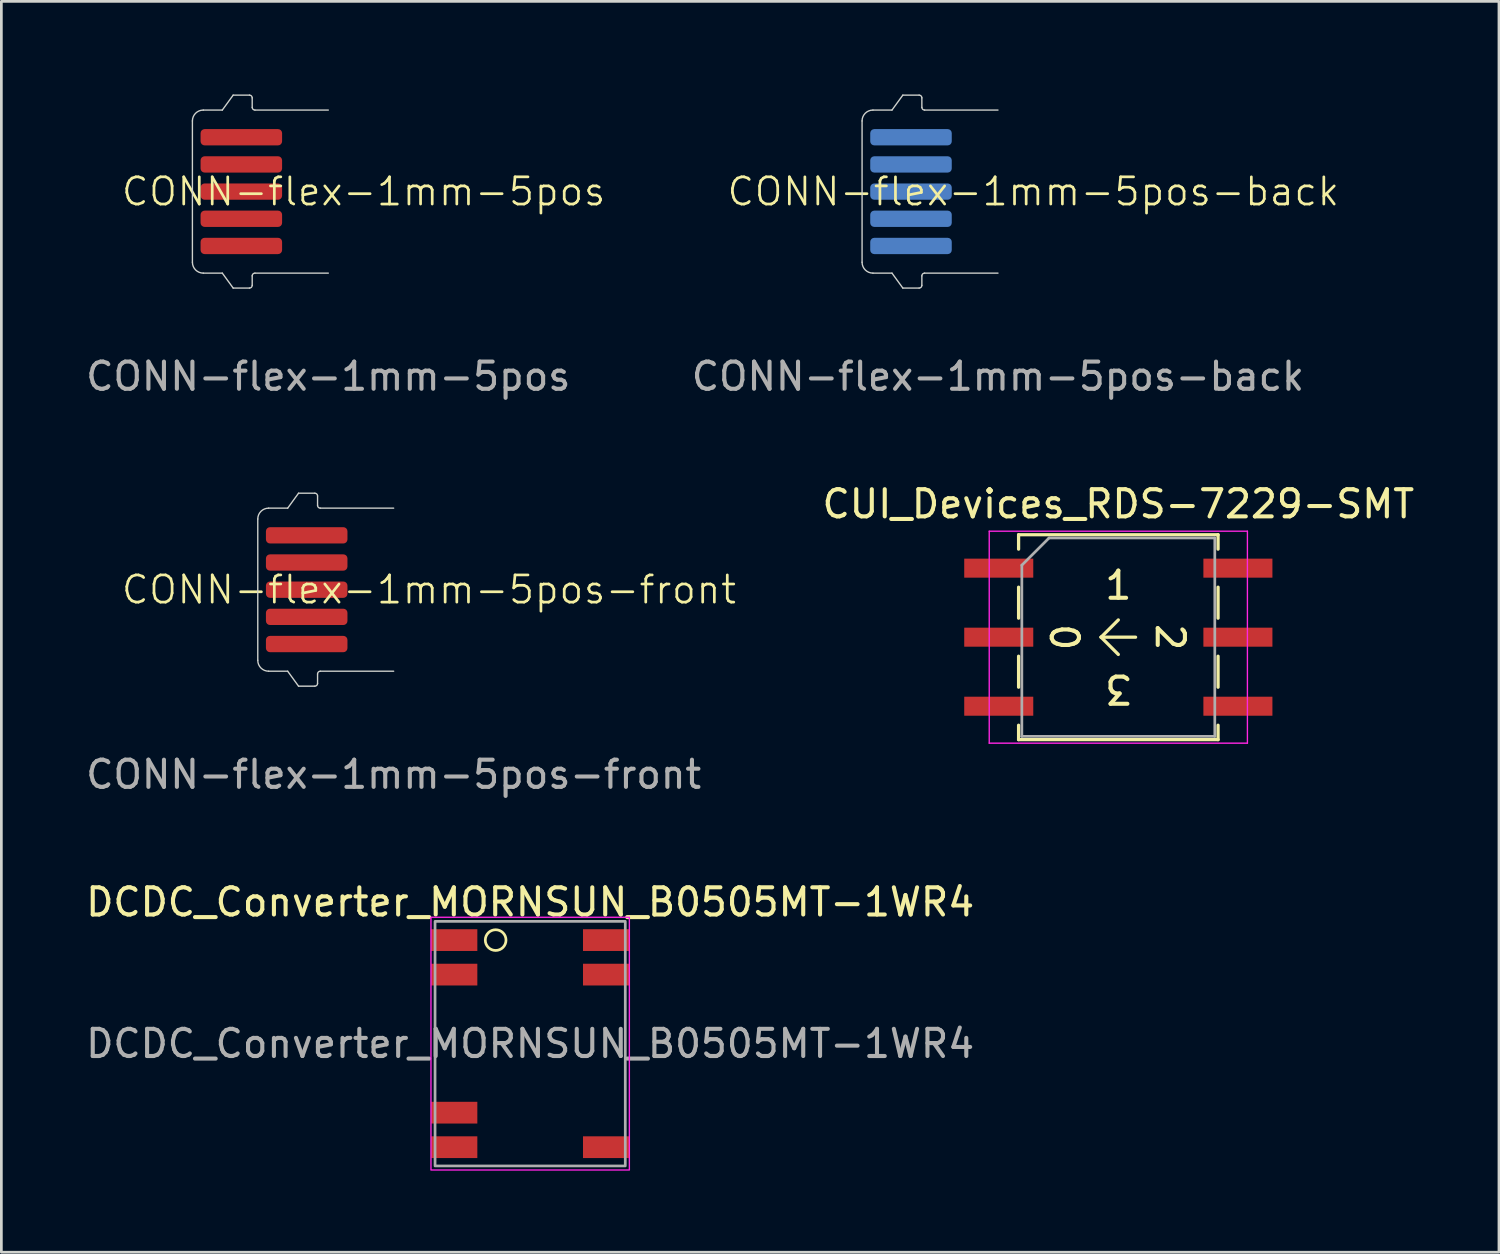
<source format=kicad_pcb>
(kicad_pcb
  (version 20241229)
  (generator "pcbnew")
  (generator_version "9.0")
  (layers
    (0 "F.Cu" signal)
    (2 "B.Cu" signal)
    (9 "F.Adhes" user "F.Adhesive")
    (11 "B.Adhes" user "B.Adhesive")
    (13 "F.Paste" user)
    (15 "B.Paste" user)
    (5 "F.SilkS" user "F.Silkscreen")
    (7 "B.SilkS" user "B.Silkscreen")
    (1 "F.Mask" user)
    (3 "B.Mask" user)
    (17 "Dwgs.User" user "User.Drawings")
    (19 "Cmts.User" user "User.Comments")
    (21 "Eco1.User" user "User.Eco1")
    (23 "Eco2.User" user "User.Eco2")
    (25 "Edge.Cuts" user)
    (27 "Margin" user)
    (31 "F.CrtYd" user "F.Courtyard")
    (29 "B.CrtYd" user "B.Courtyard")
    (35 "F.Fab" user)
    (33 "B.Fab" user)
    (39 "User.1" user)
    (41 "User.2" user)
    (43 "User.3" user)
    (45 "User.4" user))
  (footprint "DCDC_Converter_MORNSUN_B0505MT-1WR4"
    (layer "F.Cu")
    (at 16.458 35.352)
    (property "Reference" "DCDC_Converter_MORNSUN_B0505MT-1WR4" (at 0 -5.207 0) (layer "F.SilkS") (effects (font (size 1 1) (thickness 0.15))))
    (attr smd)
    (fp_circle (center -1.27 -3.81) (end -0.889 -3.81) (stroke (width 0.1) (type default)) (fill no) (layer "F.SilkS"))
    (fp_rect (start -3.65 -4.65) (end 3.65 4.65) (stroke (width 0.05) (type default)) (fill no) (layer "F.CrtYd"))
    (fp_rect (start -3.5 -4.5) (end 3.5 4.5) (stroke (width 0.1) (type default)) (fill no) (layer "F.Fab"))
    (fp_text user "${REFERENCE}" (at 0 0 0) (layer "F.Fab") (effects (font (size 1 1) (thickness 0.15))))
    (pad "1" smd rect (at -2.794 -3.81) (size 1.7 0.8) (layers "F.Cu" "F.Mask" "F.Paste"))
    (pad "2" smd rect (at -2.794 -2.54) (size 1.7 0.8) (layers "F.Cu" "F.Mask" "F.Paste"))
    (pad "6" smd rect (at -2.794 2.54) (size 1.7 0.8) (layers "F.Cu" "F.Mask" "F.Paste"))
    (pad "7" smd rect (at -2.794 3.81) (size 1.7 0.8) (layers "F.Cu" "F.Mask" "F.Paste"))
    (pad "8" smd rect (at 2.794 3.81) (size 1.7 0.8) (layers "F.Cu" "F.Mask" "F.Paste"))
    (pad "13" smd rect (at 2.794 -2.54) (size 1.7 0.8) (layers "F.Cu" "F.Mask" "F.Paste"))
    (pad "14" smd rect (at 2.794 -3.81) (size 1.7 0.8) (layers "F.Cu" "F.Mask" "F.Paste")))
  (footprint "CONN-flex-1mm-5pos-back"
    (layer "F.Cu")
    (at 30.471 4)
    (property "Reference" "CONN-flex-1mm-5pos-back" (at 4.5 0 0) (unlocked yes) (layer "F.SilkS") (effects (font (size 1 1) (thickness 0.1))))
    (attr smd)
    (fp_rect (start -2 -4) (end 3.2 4) (stroke (width 0) (type solid)) (fill yes) (layer "B.Mask"))
    (fp_line (start -1.8 -2.6) (end -1.8 2.6) (stroke (width 0.05) (type default)) (layer "Edge.Cuts"))
    (fp_line (start -1.4 -3) (end -0.7 -3) (stroke (width 0.05) (type default)) (layer "Edge.Cuts"))
    (fp_line (start -1.4 3) (end -0.7 3) (stroke (width 0.05) (type default)) (layer "Edge.Cuts"))
    (fp_line (start -0.7 -3) (end -0.3 -3.55) (stroke (width 0.05) (type default)) (layer "Edge.Cuts"))
    (fp_line (start -0.7 3) (end -0.3 3.55) (stroke (width 0.05) (type default)) (layer "Edge.Cuts"))
    (fp_line (start -0.3 -3.55) (end 0.3 -3.55) (stroke (width 0.05) (type default)) (layer "Edge.Cuts"))
    (fp_line (start -0.3 3.55) (end 0.3 3.55) (stroke (width 0.05) (type default)) (layer "Edge.Cuts"))
    (fp_line (start 0.4 -3.45) (end 0.4 -3.1) (stroke (width 0.05) (type default)) (layer "Edge.Cuts"))
    (fp_line (start 0.4 3.45) (end 0.4 3.1) (stroke (width 0.05) (type default)) (layer "Edge.Cuts"))
    (fp_line (start 0.5 -3) (end 3.2 -3) (stroke (width 0.05) (type default)) (layer "Edge.Cuts"))
    (fp_line (start 0.5 3) (end 3.2 3) (stroke (width 0.05) (type default)) (layer "Edge.Cuts"))
    (fp_arc (start -1.8 -2.6) (mid -1.682843 -2.882843) (end -1.4 -3) (stroke (width 0.05) (type default)) (layer "Edge.Cuts"))
    (fp_arc (start -1.4 3) (mid -1.682843 2.882843) (end -1.8 2.6) (stroke (width 0.05) (type default)) (layer "Edge.Cuts"))
    (fp_arc (start 0.3 -3.55) (mid 0.370711 -3.520711) (end 0.4 -3.45) (stroke (width 0.05) (type default)) (layer "Edge.Cuts"))
    (fp_arc (start 0.4 3.1) (mid 0.429289 3.029289) (end 0.5 3) (stroke (width 0.05) (type default)) (layer "Edge.Cuts"))
    (fp_arc (start 0.4 3.45) (mid 0.370711 3.520711) (end 0.3 3.55) (stroke (width 0.05) (type default)) (layer "Edge.Cuts"))
    (fp_arc (start 0.5 -3) (mid 0.429289 -3.029289) (end 0.4 -3.1) (stroke (width 0.05) (type default)) (layer "Edge.Cuts"))
    (fp_poly (pts (xy 3.2 -3) (arc (start 0.5 -3) (mid 0.429289 -3.029289) (end 0.4 -3.1)) (arc (start 0.4 -3.45) (mid 0.370711 -3.520711) (end 0.3 -3.55)) (xy -0.3 -3.55) (xy -0.7 -3) (arc (start -1.4 -3) (mid -1.682843 -2.882843) (end -1.8 -2.6)) (arc (start -1.8 2.6) (mid -1.682843 2.882843) (end -1.4 3)) (xy -0.7 3) (xy -0.3 3.55) (arc (start 0.3 3.55) (mid 0.370711 3.520711) (end 0.4 3.45)) (arc (start 0.4 3.1) (mid 0.429289 3.029289) (end 0.5 3)) (xy 3.2 3)) (stroke (width 0.1) (type solid)) (fill no) (layer "User.2"))
    (fp_text user "${REFERENCE}" (at 3.2 6.8 0) (unlocked yes) (layer "F.Fab") (effects (font (size 1 1) (thickness 0.15))))
    (pad "1" smd roundrect (at 0 2 180) (size 3 0.6) (layers "B.Cu") (roundrect_rratio 0.25))
    (pad "2" smd roundrect (at 0 1 180) (size 3 0.6) (layers "B.Cu") (roundrect_rratio 0.25))
    (pad "3" smd roundrect (at 0 0 180) (size 3 0.6) (layers "B.Cu") (roundrect_rratio 0.25))
    (pad "4" smd roundrect (at 0 -1 180) (size 3 0.6) (layers "B.Cu") (roundrect_rratio 0.25))
    (pad "5" smd roundrect (at 0 -2 180) (size 3 0.6) (layers "B.Cu") (roundrect_rratio 0.25)))
  (footprint "CUI_Devices_RDS-7229-SMT"
    (layer "F.Cu")
    (at 38.1 20.396)
    (property "Reference" "CUI_Devices_RDS-7229-SMT" (at 0 -4.9 0) (layer "F.SilkS") (effects (font (size 1 1) (thickness 0.15))))
    (attr smd)
    (fp_line (start -3.67 -3.77) (end 3.67 -3.77) (stroke (width 0.12) (type solid)) (layer "F.SilkS"))
    (fp_line (start -3.67 -3.24) (end -3.67 -3.77) (stroke (width 0.12) (type solid)) (layer "F.SilkS"))
    (fp_line (start -3.67 -1.84) (end -3.67 -0.7) (stroke (width 0.12) (type solid)) (layer "F.SilkS"))
    (fp_line (start -3.67 0.7) (end -3.67 1.84) (stroke (width 0.12) (type solid)) (layer "F.SilkS"))
    (fp_line (start -3.67 3.24) (end -3.67 3.77) (stroke (width 0.12) (type solid)) (layer "F.SilkS"))
    (fp_line (start -3.67 3.77) (end 3.67 3.77) (stroke (width 0.12) (type solid)) (layer "F.SilkS"))
    (fp_line (start -0.635 0) (end 0 -0.635) (stroke (width 0.12) (type solid)) (layer "F.SilkS"))
    (fp_line (start -0.635 0) (end 0.635 0) (stroke (width 0.12) (type solid)) (layer "F.SilkS"))
    (fp_line (start 0 0.635) (end -0.635 0) (stroke (width 0.12) (type solid)) (layer "F.SilkS"))
    (fp_line (start 3.67 -3.77) (end 3.67 -3.24) (stroke (width 0.12) (type solid)) (layer "F.SilkS"))
    (fp_line (start 3.67 -1.84) (end 3.67 -0.7) (stroke (width 0.12) (type solid)) (layer "F.SilkS"))
    (fp_line (start 3.67 0.7) (end 3.67 1.84) (stroke (width 0.12) (type solid)) (layer "F.SilkS"))
    (fp_line (start 3.67 3.77) (end 3.67 3.24) (stroke (width 0.12) (type solid)) (layer "F.SilkS"))
    (fp_line (start -4.75 -3.9) (end -4.75 3.9) (stroke (width 0.05) (type solid)) (layer "F.CrtYd"))
    (fp_line (start -4.75 3.9) (end 4.75 3.9) (stroke (width 0.05) (type solid)) (layer "F.CrtYd"))
    (fp_line (start 4.75 -3.9) (end -4.75 -3.9) (stroke (width 0.05) (type solid)) (layer "F.CrtYd"))
    (fp_line (start 4.75 3.9) (end 4.75 -3.9) (stroke (width 0.05) (type solid)) (layer "F.CrtYd"))
    (fp_line (start -3.55 -2.65) (end -2.55 -3.65) (stroke (width 0.1) (type solid)) (layer "F.Fab"))
    (fp_line (start -3.55 3.65) (end -3.55 -2.65) (stroke (width 0.1) (type solid)) (layer "F.Fab"))
    (fp_line (start -2.55 -3.65) (end 3.55 -3.65) (stroke (width 0.1) (type solid)) (layer "F.Fab"))
    (fp_line (start 3.55 -3.65) (end 3.55 3.65) (stroke (width 0.1) (type solid)) (layer "F.Fab"))
    (fp_line (start 3.55 3.65) (end -3.55 3.65) (stroke (width 0.1) (type solid)) (layer "F.Fab"))
    (fp_text user "1" (at 0 -1.905 0) (unlocked yes) (layer "F.SilkS") (effects (font (size 1 1) (thickness 0.15))))
    (fp_text user "2" (at 1.905 0 270) (unlocked yes) (layer "F.SilkS") (effects (font (size 1 1) (thickness 0.15))))
    (fp_text user "3" (at 0 1.905 180) (unlocked yes) (layer "F.SilkS") (effects (font (size 1 1) (thickness 0.15))))
    (fp_text user "0" (at -1.905 0 90) (unlocked yes) (layer "F.SilkS") (effects (font (size 1 1) (thickness 0.15))))
    (pad "1" smd rect (at -4.4 -2.54) (size 2.54 0.7) (layers "F.Cu" "F.Mask" "F.Paste"))
    (pad "2" smd rect (at -4.4 0) (size 2.54 0.7) (layers "F.Cu" "F.Mask" "F.Paste"))
    (pad "3" smd rect (at -4.4 2.54) (size 2.54 0.7) (layers "F.Cu" "F.Mask" "F.Paste"))
    (pad "4" smd rect (at 4.4 2.54) (size 2.54 0.7) (layers "F.Cu" "F.Mask" "F.Paste"))
    (pad "5" smd rect (at 4.4 0) (size 2.54 0.7) (layers "F.Cu" "F.Mask" "F.Paste"))
    (pad "6" smd rect (at 4.4 -2.54) (size 2.54 0.7) (layers "F.Cu" "F.Mask" "F.Paste")))
  (footprint "CONN-flex-1mm-5pos-front"
    (layer "F.Cu")
    (at 8.235 18.648)
    (property "Reference" "CONN-flex-1mm-5pos-front" (at 4.5 0 0) (unlocked yes) (layer "F.SilkS") (effects (font (size 1 1) (thickness 0.1))))
    (attr smd)
    (fp_rect (start -2 -4) (end 3.2 4) (stroke (width 0) (type solid)) (fill yes) (layer "F.Mask"))
    (fp_line (start -1.8 -2.6) (end -1.8 2.6) (stroke (width 0.05) (type default)) (layer "Edge.Cuts"))
    (fp_line (start -1.4 -3) (end -0.7 -3) (stroke (width 0.05) (type default)) (layer "Edge.Cuts"))
    (fp_line (start -1.4 3) (end -0.7 3) (stroke (width 0.05) (type default)) (layer "Edge.Cuts"))
    (fp_line (start -0.7 -3) (end -0.3 -3.55) (stroke (width 0.05) (type default)) (layer "Edge.Cuts"))
    (fp_line (start -0.7 3) (end -0.3 3.55) (stroke (width 0.05) (type default)) (layer "Edge.Cuts"))
    (fp_line (start -0.3 -3.55) (end 0.3 -3.55) (stroke (width 0.05) (type default)) (layer "Edge.Cuts"))
    (fp_line (start -0.3 3.55) (end 0.3 3.55) (stroke (width 0.05) (type default)) (layer "Edge.Cuts"))
    (fp_line (start 0.4 -3.45) (end 0.4 -3.1) (stroke (width 0.05) (type default)) (layer "Edge.Cuts"))
    (fp_line (start 0.4 3.45) (end 0.4 3.1) (stroke (width 0.05) (type default)) (layer "Edge.Cuts"))
    (fp_line (start 0.5 -3) (end 3.2 -3) (stroke (width 0.05) (type default)) (layer "Edge.Cuts"))
    (fp_line (start 0.5 3) (end 3.2 3) (stroke (width 0.05) (type default)) (layer "Edge.Cuts"))
    (fp_arc (start -1.8 -2.6) (mid -1.682843 -2.882843) (end -1.4 -3) (stroke (width 0.05) (type default)) (layer "Edge.Cuts"))
    (fp_arc (start -1.4 3) (mid -1.682843 2.882843) (end -1.8 2.6) (stroke (width 0.05) (type default)) (layer "Edge.Cuts"))
    (fp_arc (start 0.3 -3.55) (mid 0.370711 -3.520711) (end 0.4 -3.45) (stroke (width 0.05) (type default)) (layer "Edge.Cuts"))
    (fp_arc (start 0.4 3.1) (mid 0.429289 3.029289) (end 0.5 3) (stroke (width 0.05) (type default)) (layer "Edge.Cuts"))
    (fp_arc (start 0.4 3.45) (mid 0.370711 3.520711) (end 0.3 3.55) (stroke (width 0.05) (type default)) (layer "Edge.Cuts"))
    (fp_arc (start 0.5 -3) (mid 0.429289 -3.029289) (end 0.4 -3.1) (stroke (width 0.05) (type default)) (layer "Edge.Cuts"))
    (fp_poly (pts (xy 3.2 -3) (arc (start 0.5 -3) (mid 0.429289 -3.029289) (end 0.4 -3.1)) (arc (start 0.4 -3.45) (mid 0.370711 -3.520711) (end 0.3 -3.55)) (xy -0.3 -3.55) (xy -0.7 -3) (arc (start -1.4 -3) (mid -1.682843 -2.882843) (end -1.8 -2.6)) (arc (start -1.8 2.6) (mid -1.682843 2.882843) (end -1.4 3)) (xy -0.7 3) (xy -0.3 3.55) (arc (start 0.3 3.55) (mid 0.370711 3.520711) (end 0.4 3.45)) (arc (start 0.4 3.1) (mid 0.429289 3.029289) (end 0.5 3)) (xy 3.2 3)) (stroke (width 0.1) (type solid)) (fill no) (layer "User.1"))
    (fp_text user "${REFERENCE}" (at 3.2 6.8 0) (unlocked yes) (layer "F.Fab") (effects (font (size 1 1) (thickness 0.15))))
    (pad "1" smd roundrect (at 0 -2) (size 3 0.6) (layers "F.Cu") (roundrect_rratio 0.25))
    (pad "2" smd roundrect (at 0 -1) (size 3 0.6) (layers "F.Cu") (roundrect_rratio 0.25))
    (pad "3" smd roundrect (at 0 0) (size 3 0.6) (layers "F.Cu") (roundrect_rratio 0.25))
    (pad "4" smd roundrect (at 0 1) (size 3 0.6) (layers "F.Cu") (roundrect_rratio 0.25))
    (pad "5" smd roundrect (at 0 2) (size 3 0.6) (layers "F.Cu") (roundrect_rratio 0.25)))
  (footprint "CONN-flex-1mm-5pos"
    (layer "F.Cu")
    (at 5.83 4)
    (property "Reference" "CONN-flex-1mm-5pos" (at 4.5 0 0) (unlocked yes) (layer "F.SilkS") (effects (font (size 1 1) (thickness 0.1))))
    (attr smd)
    (fp_rect (start -2 -4) (end 3.2 4) (stroke (width 0) (type solid)) (fill yes) (layer "F.Mask"))
    (fp_line (start -1.8 -2.6) (end -1.8 2.6) (stroke (width 0.05) (type default)) (layer "Edge.Cuts"))
    (fp_line (start -1.4 -3) (end -0.7 -3) (stroke (width 0.05) (type default)) (layer "Edge.Cuts"))
    (fp_line (start -1.4 3) (end -0.7 3) (stroke (width 0.05) (type default)) (layer "Edge.Cuts"))
    (fp_line (start -0.7 -3) (end -0.3 -3.55) (stroke (width 0.05) (type default)) (layer "Edge.Cuts"))
    (fp_line (start -0.7 3) (end -0.3 3.55) (stroke (width 0.05) (type default)) (layer "Edge.Cuts"))
    (fp_line (start -0.3 -3.55) (end 0.3 -3.55) (stroke (width 0.05) (type default)) (layer "Edge.Cuts"))
    (fp_line (start -0.3 3.55) (end 0.3 3.55) (stroke (width 0.05) (type default)) (layer "Edge.Cuts"))
    (fp_line (start 0.4 -3.45) (end 0.4 -3.1) (stroke (width 0.05) (type default)) (layer "Edge.Cuts"))
    (fp_line (start 0.4 3.45) (end 0.4 3.1) (stroke (width 0.05) (type default)) (layer "Edge.Cuts"))
    (fp_line (start 0.5 -3) (end 3.2 -3) (stroke (width 0.05) (type default)) (layer "Edge.Cuts"))
    (fp_line (start 0.5 3) (end 3.2 3) (stroke (width 0.05) (type default)) (layer "Edge.Cuts"))
    (fp_arc (start -1.8 -2.6) (mid -1.682843 -2.882843) (end -1.4 -3) (stroke (width 0.05) (type default)) (layer "Edge.Cuts"))
    (fp_arc (start -1.4 3) (mid -1.682843 2.882843) (end -1.8 2.6) (stroke (width 0.05) (type default)) (layer "Edge.Cuts"))
    (fp_arc (start 0.3 -3.55) (mid 0.370711 -3.520711) (end 0.4 -3.45) (stroke (width 0.05) (type default)) (layer "Edge.Cuts"))
    (fp_arc (start 0.4 3.1) (mid 0.429289 3.029289) (end 0.5 3) (stroke (width 0.05) (type default)) (layer "Edge.Cuts"))
    (fp_arc (start 0.4 3.45) (mid 0.370711 3.520711) (end 0.3 3.55) (stroke (width 0.05) (type default)) (layer "Edge.Cuts"))
    (fp_arc (start 0.5 -3) (mid 0.429289 -3.029289) (end 0.4 -3.1) (stroke (width 0.05) (type default)) (layer "Edge.Cuts"))
    (fp_text user "${REFERENCE}" (at 3.2 6.8 0) (unlocked yes) (layer "F.Fab") (effects (font (size 1 1) (thickness 0.15))))
    (pad "1" smd roundrect (at 0 -2) (size 3 0.6) (layers "F.Cu") (roundrect_rratio 0.25))
    (pad "2" smd roundrect (at 0 -1) (size 3 0.6) (layers "F.Cu") (roundrect_rratio 0.25))
    (pad "3" smd roundrect (at 0 0) (size 3 0.6) (layers "F.Cu") (roundrect_rratio 0.25))
    (pad "4" smd roundrect (at 0 1) (size 3 0.6) (layers "F.Cu") (roundrect_rratio 0.25))
    (pad "5" smd roundrect (at 0 2) (size 3 0.6) (layers "F.Cu") (roundrect_rratio 0.25)))
  (gr_rect
    (start -3 -3)
    (end 52.106 43.027)
    (stroke (width 0.1) (type default))
    (fill no)
    (layer "Edge.Cuts")))
</source>
